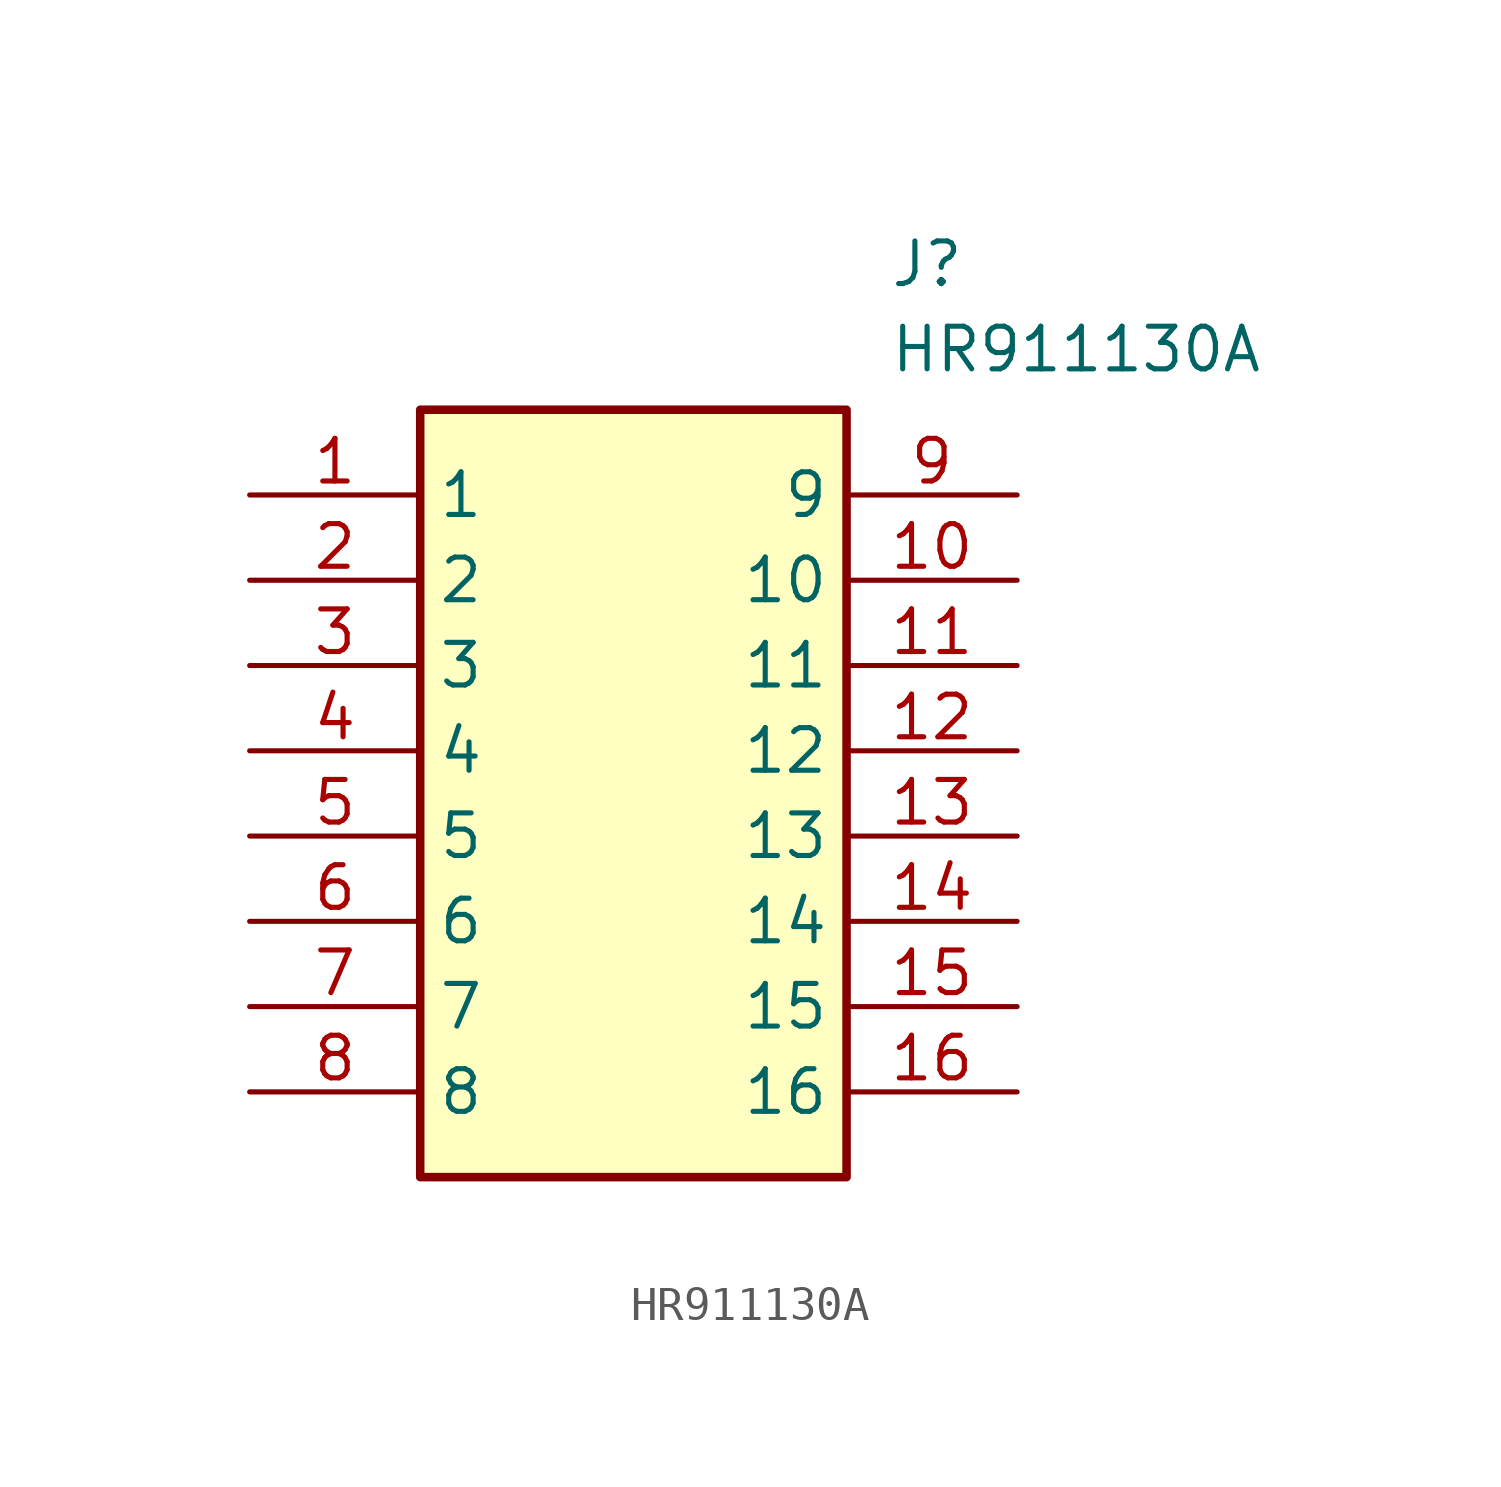
<source format=kicad_sym>
(kicad_symbol_lib
  (version 20211014)
  (generator SamacSys_ECAD_Model)
  (symbol "HR911130A"
    (property "Reference" "J"
      (at 19.05 7.62 0)
      (effects (font (size 1.27 1.27)) (justify left top)))
    (property "Value" "HR911130A"
      (at 19.05 5.08 0)
      (effects (font (size 1.27 1.27)) (justify left top)))
    (rectangle
      (start 5.08 2.54)
      (end 17.78 -20.32)
      (stroke (width 0.254) (type default))
      (fill (type background)))
    (pin passive line
      (at 0 0 0)
      (length 5.08)
      (name "1" (effects (font (size 1.27 1.27))))
      (number "1" (effects (font (size 1.27 1.27)))))
    (pin passive line
      (at 0 -2.54 0)
      (length 5.08)
      (name "2" (effects (font (size 1.27 1.27))))
      (number "2" (effects (font (size 1.27 1.27)))))
    (pin passive line
      (at 0 -5.08 0)
      (length 5.08)
      (name "3" (effects (font (size 1.27 1.27))))
      (number "3" (effects (font (size 1.27 1.27)))))
    (pin passive line
      (at 0 -7.62 0)
      (length 5.08)
      (name "4" (effects (font (size 1.27 1.27))))
      (number "4" (effects (font (size 1.27 1.27)))))
    (pin passive line
      (at 0 -10.16 0)
      (length 5.08)
      (name "5" (effects (font (size 1.27 1.27))))
      (number "5" (effects (font (size 1.27 1.27)))))
    (pin passive line
      (at 0 -12.7 0)
      (length 5.08)
      (name "6" (effects (font (size 1.27 1.27))))
      (number "6" (effects (font (size 1.27 1.27)))))
    (pin passive line
      (at 0 -15.24 0)
      (length 5.08)
      (name "7" (effects (font (size 1.27 1.27))))
      (number "7" (effects (font (size 1.27 1.27)))))
    (pin passive line
      (at 0 -17.78 0)
      (length 5.08)
      (name "8" (effects (font (size 1.27 1.27))))
      (number "8" (effects (font (size 1.27 1.27)))))
    (pin passive line
      (at 22.86 0 180)
      (length 5.08)
      (name "9" (effects (font (size 1.27 1.27))))
      (number "9" (effects (font (size 1.27 1.27)))))
    (pin passive line
      (at 22.86 -2.54 180)
      (length 5.08)
      (name "10" (effects (font (size 1.27 1.27))))
      (number "10" (effects (font (size 1.27 1.27)))))
    (pin passive line
      (at 22.86 -5.08 180)
      (length 5.08)
      (name "11" (effects (font (size 1.27 1.27))))
      (number "11" (effects (font (size 1.27 1.27)))))
    (pin passive line
      (at 22.86 -7.62 180)
      (length 5.08)
      (name "12" (effects (font (size 1.27 1.27))))
      (number "12" (effects (font (size 1.27 1.27)))))
    (pin passive line
      (at 22.86 -10.16 180)
      (length 5.08)
      (name "13" (effects (font (size 1.27 1.27))))
      (number "13" (effects (font (size 1.27 1.27)))))
    (pin passive line
      (at 22.86 -12.7 180)
      (length 5.08)
      (name "14" (effects (font (size 1.27 1.27))))
      (number "14" (effects (font (size 1.27 1.27)))))
    (pin passive line
      (at 22.86 -15.24 180)
      (length 5.08)
      (name "15" (effects (font (size 1.27 1.27))))
      (number "15" (effects (font (size 1.27 1.27)))))
    (pin passive line
      (at 22.86 -17.78 180)
      (length 5.08)
      (name "16" (effects (font (size 1.27 1.27))))
      (number "16" (effects (font (size 1.27 1.27)))))))
</source>
